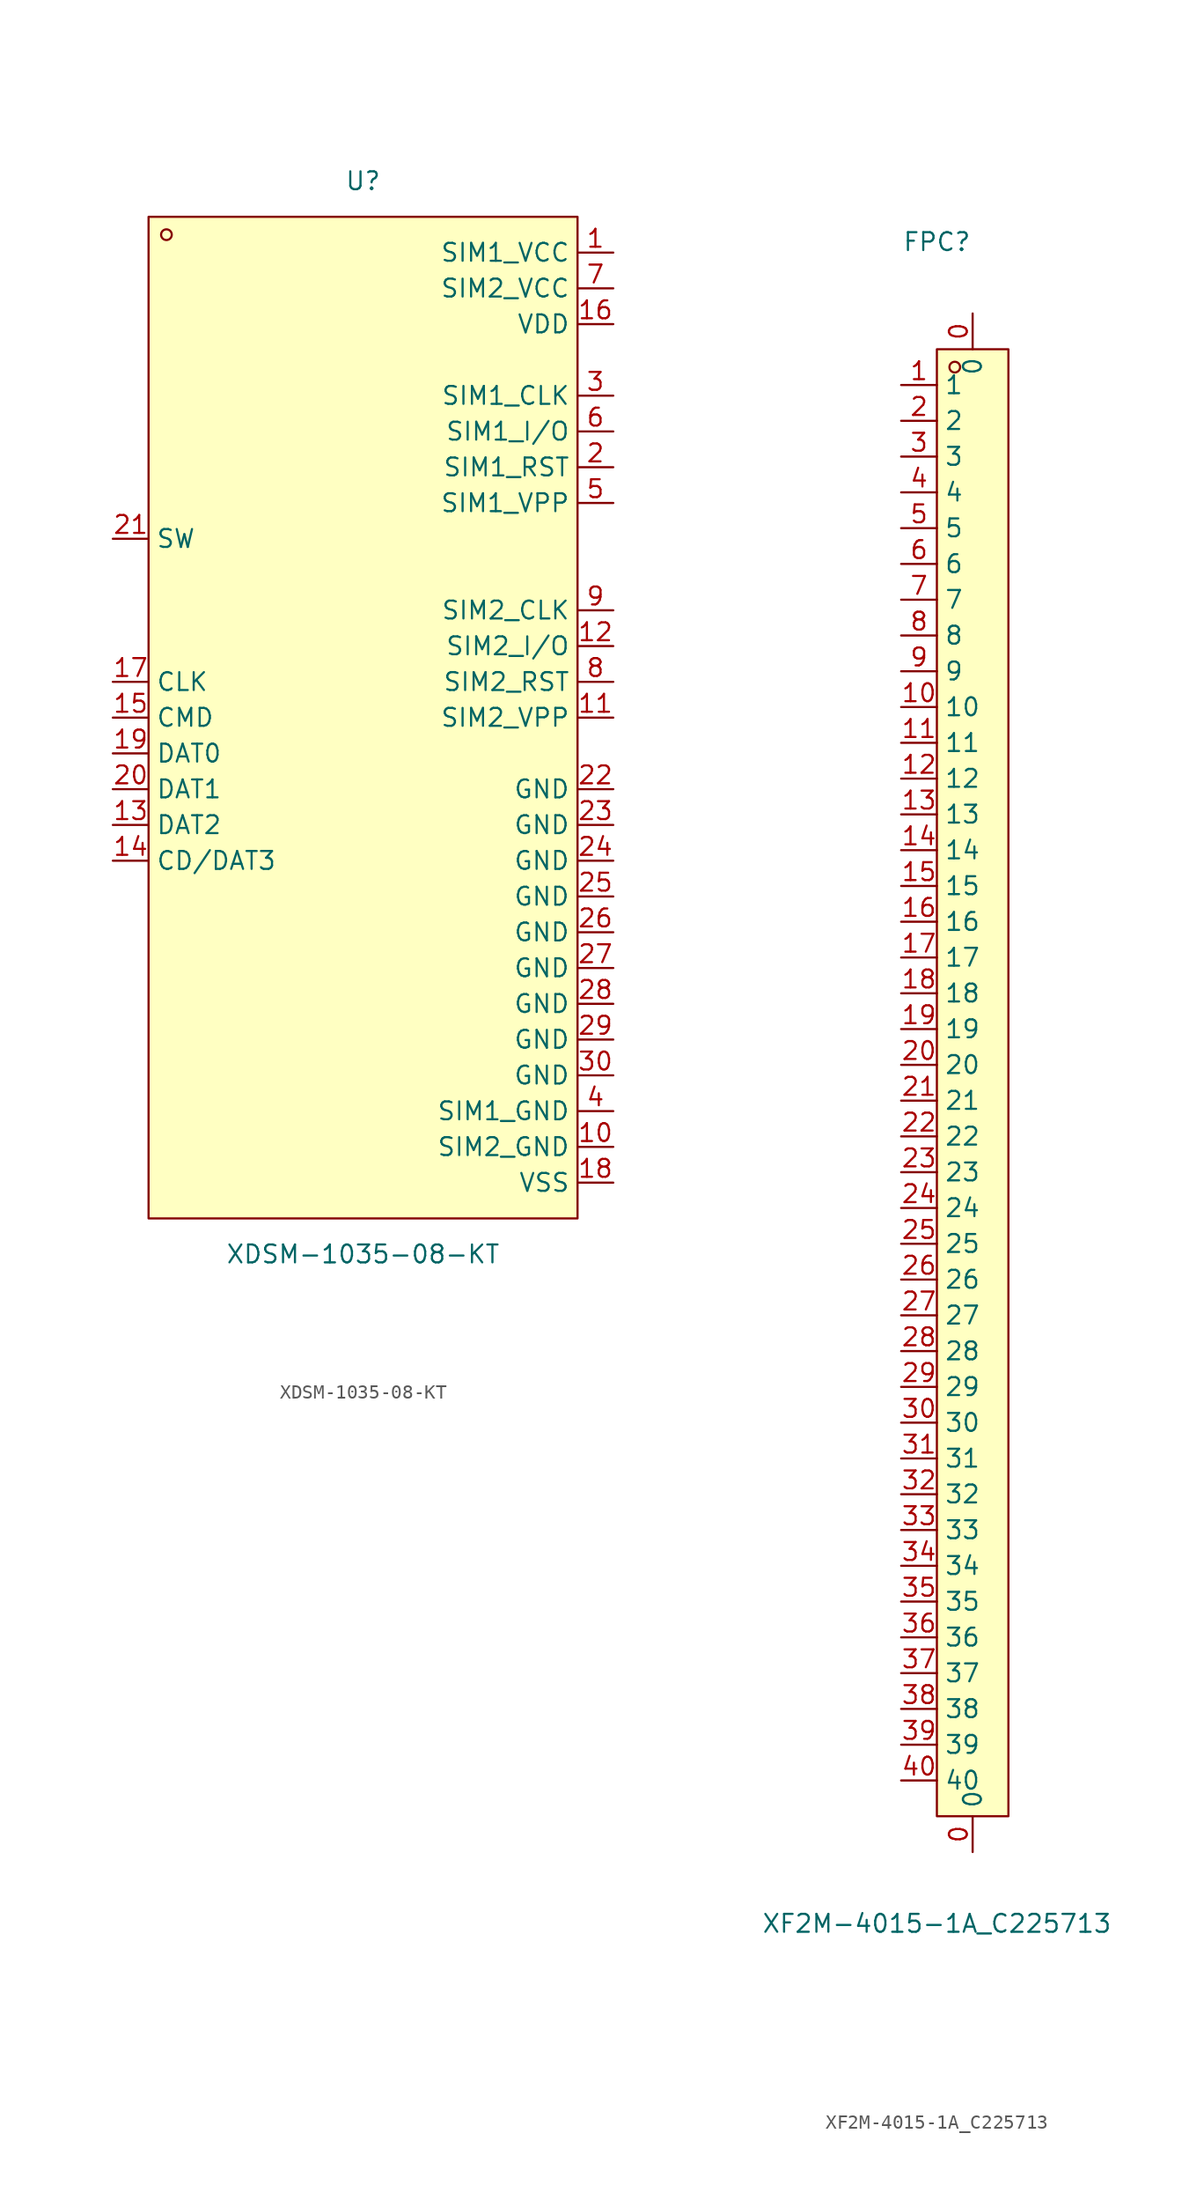
<source format=kicad_sym>
(kicad_symbol_lib
  (version 20231120)
  (generator "kicad_symbol_editor")
  (generator_version "8.0")
  (symbol "XDSM-1035-08-KT"
    (property "Reference" "U"
      (at 0 38.10 0)
      (effects (font (size 1.27 1.27))))
    (property "Value" "XDSM-1035-08-KT"
      (at 0 -38.10 0)
      (effects (font (size 1.27 1.27))))
    (symbol "XDSM-1035-08-KT_0_1"
      (rectangle (start -15.24 35.56) (end 15.24 -35.56) (stroke (width 0) (type default) (color 0 0 0 0)) (fill (type background)))
      (circle (center -13.97 34.29) (radius 0.38) (stroke (width 0) (type default) (color 0 0 0 0)) (fill (type none)))
      (pin unspecified line (at 17.78 33.02 180) (length 2.54) (name "SIM1_VCC" (effects (font (size 1.27 1.27)))) (number "1" (effects (font (size 1.27 1.27)))))
      (pin unspecified line (at 17.78 30.48 180) (length 2.54) (name "SIM2_VCC" (effects (font (size 1.27 1.27)))) (number "7" (effects (font (size 1.27 1.27)))))
      (pin unspecified line (at 17.78 27.94 180) (length 2.54) (name "VDD" (effects (font (size 1.27 1.27)))) (number "16" (effects (font (size 1.27 1.27)))))
      (pin unspecified line (at 17.78 22.86 180) (length 2.54) (name "SIM1_CLK" (effects (font (size 1.27 1.27)))) (number "3" (effects (font (size 1.27 1.27)))))
      (pin unspecified line (at 17.78 20.32 180) (length 2.54) (name "SIM1_I/O" (effects (font (size 1.27 1.27)))) (number "6" (effects (font (size 1.27 1.27)))))
      (pin unspecified line (at 17.78 17.78 180) (length 2.54) (name "SIM1_RST" (effects (font (size 1.27 1.27)))) (number "2" (effects (font (size 1.27 1.27)))))
      (pin unspecified line (at 17.78 15.24 180) (length 2.54) (name "SIM1_VPP" (effects (font (size 1.27 1.27)))) (number "5" (effects (font (size 1.27 1.27)))))
      (pin unspecified line (at 17.78 7.62 180) (length 2.54) (name "SIM2_CLK" (effects (font (size 1.27 1.27)))) (number "9" (effects (font (size 1.27 1.27)))))
      (pin unspecified line (at 17.78 5.08 180) (length 2.54) (name "SIM2_I/O" (effects (font (size 1.27 1.27)))) (number "12" (effects (font (size 1.27 1.27)))))
      (pin unspecified line (at 17.78 2.54 180) (length 2.54) (name "SIM2_RST" (effects (font (size 1.27 1.27)))) (number "8" (effects (font (size 1.27 1.27)))))
      (pin unspecified line (at 17.78 -0.00 180) (length 2.54) (name "SIM2_VPP" (effects (font (size 1.27 1.27)))) (number "11" (effects (font (size 1.27 1.27)))))
      (pin unspecified line (at 17.78 -5.08 180) (length 2.54) (name "GND" (effects (font (size 1.27 1.27)))) (number "22" (effects (font (size 1.27 1.27)))))
      (pin unspecified line (at 17.78 -7.62 180) (length 2.54) (name "GND" (effects (font (size 1.27 1.27)))) (number "23" (effects (font (size 1.27 1.27)))))
      (pin unspecified line (at 17.78 -10.16 180) (length 2.54) (name "GND" (effects (font (size 1.27 1.27)))) (number "24" (effects (font (size 1.27 1.27)))))
      (pin unspecified line (at 17.78 -12.70 180) (length 2.54) (name "GND" (effects (font (size 1.27 1.27)))) (number "25" (effects (font (size 1.27 1.27)))))
      (pin unspecified line (at 17.78 -15.24 180) (length 2.54) (name "GND" (effects (font (size 1.27 1.27)))) (number "26" (effects (font (size 1.27 1.27)))))
      (pin unspecified line (at 17.78 -17.78 180) (length 2.54) (name "GND" (effects (font (size 1.27 1.27)))) (number "27" (effects (font (size 1.27 1.27)))))
      (pin unspecified line (at 17.78 -20.32 180) (length 2.54) (name "GND" (effects (font (size 1.27 1.27)))) (number "28" (effects (font (size 1.27 1.27)))))
      (pin unspecified line (at 17.78 -22.86 180) (length 2.54) (name "GND" (effects (font (size 1.27 1.27)))) (number "29" (effects (font (size 1.27 1.27)))))
      (pin unspecified line (at 17.78 -25.40 180) (length 2.54) (name "GND" (effects (font (size 1.27 1.27)))) (number "30" (effects (font (size 1.27 1.27)))))
      (pin unspecified line (at 17.78 -27.94 180) (length 2.54) (name "SIM1_GND" (effects (font (size 1.27 1.27)))) (number "4" (effects (font (size 1.27 1.27)))))
      (pin unspecified line (at 17.78 -30.48 180) (length 2.54) (name "SIM2_GND" (effects (font (size 1.27 1.27)))) (number "10" (effects (font (size 1.27 1.27)))))
      (pin unspecified line (at 17.78 -33.02 180) (length 2.54) (name "VSS" (effects (font (size 1.27 1.27)))) (number "18" (effects (font (size 1.27 1.27)))))
      (pin unspecified line (at -17.78 -7.62 0) (length 2.54) (name "DAT2" (effects (font (size 1.27 1.27)))) (number "13" (effects (font (size 1.27 1.27)))))
      (pin unspecified line (at -17.78 -5.08 0) (length 2.54) (name "DAT1" (effects (font (size 1.27 1.27)))) (number "20" (effects (font (size 1.27 1.27)))))
      (pin unspecified line (at -17.78 -2.54 0) (length 2.54) (name "DAT0" (effects (font (size 1.27 1.27)))) (number "19" (effects (font (size 1.27 1.27)))))
      (pin unspecified line (at -17.78 -0.00 0) (length 2.54) (name "CMD" (effects (font (size 1.27 1.27)))) (number "15" (effects (font (size 1.27 1.27)))))
      (pin unspecified line (at -17.78 2.54 0) (length 2.54) (name "CLK" (effects (font (size 1.27 1.27)))) (number "17" (effects (font (size 1.27 1.27)))))
      (pin unspecified line (at -17.78 -10.16 0) (length 2.54) (name "CD/DAT3" (effects (font (size 1.27 1.27)))) (number "14" (effects (font (size 1.27 1.27)))))
      (pin unspecified line (at -17.78 12.70 0) (length 2.54) (name "SW" (effects (font (size 1.27 1.27)))) (number "21" (effects (font (size 1.27 1.27)))))))
  (symbol "XF2M-4015-1A_C225713"
    (property "Reference" "FPC"
      (at 0 58.42 0)
      (effects (font (size 1.27 1.27))))
    (property "Value" "XF2M-4015-1A_C225713"
      (at 0 -60.96 0)
      (effects (font (size 1.27 1.27))))
    (symbol "XF2M-4015-1A_C225713_0_1"
      (rectangle (start 0.00 50.80) (end 5.08 -53.34) (stroke (width 0) (type default) (color 0 0 0 0)) (fill (type background)))
      (circle (center 1.27 49.53) (radius 0.38) (stroke (width 0) (type default) (color 0 0 0 0)) (fill (type none)))
      (pin unspecified line (at -2.54 48.26 0) (length 2.54) (name "1" (effects (font (size 1.27 1.27)))) (number "1" (effects (font (size 1.27 1.27)))))
      (pin unspecified line (at -2.54 45.72 0) (length 2.54) (name "2" (effects (font (size 1.27 1.27)))) (number "2" (effects (font (size 1.27 1.27)))))
      (pin unspecified line (at -2.54 43.18 0) (length 2.54) (name "3" (effects (font (size 1.27 1.27)))) (number "3" (effects (font (size 1.27 1.27)))))
      (pin unspecified line (at -2.54 40.64 0) (length 2.54) (name "4" (effects (font (size 1.27 1.27)))) (number "4" (effects (font (size 1.27 1.27)))))
      (pin unspecified line (at -2.54 38.10 0) (length 2.54) (name "5" (effects (font (size 1.27 1.27)))) (number "5" (effects (font (size 1.27 1.27)))))
      (pin unspecified line (at -2.54 35.56 0) (length 2.54) (name "6" (effects (font (size 1.27 1.27)))) (number "6" (effects (font (size 1.27 1.27)))))
      (pin unspecified line (at -2.54 33.02 0) (length 2.54) (name "7" (effects (font (size 1.27 1.27)))) (number "7" (effects (font (size 1.27 1.27)))))
      (pin unspecified line (at -2.54 30.48 0) (length 2.54) (name "8" (effects (font (size 1.27 1.27)))) (number "8" (effects (font (size 1.27 1.27)))))
      (pin unspecified line (at -2.54 27.94 0) (length 2.54) (name "9" (effects (font (size 1.27 1.27)))) (number "9" (effects (font (size 1.27 1.27)))))
      (pin unspecified line (at -2.54 25.40 0) (length 2.54) (name "10" (effects (font (size 1.27 1.27)))) (number "10" (effects (font (size 1.27 1.27)))))
      (pin unspecified line (at -2.54 22.86 0) (length 2.54) (name "11" (effects (font (size 1.27 1.27)))) (number "11" (effects (font (size 1.27 1.27)))))
      (pin unspecified line (at -2.54 20.32 0) (length 2.54) (name "12" (effects (font (size 1.27 1.27)))) (number "12" (effects (font (size 1.27 1.27)))))
      (pin unspecified line (at -2.54 17.78 0) (length 2.54) (name "13" (effects (font (size 1.27 1.27)))) (number "13" (effects (font (size 1.27 1.27)))))
      (pin unspecified line (at -2.54 15.24 0) (length 2.54) (name "14" (effects (font (size 1.27 1.27)))) (number "14" (effects (font (size 1.27 1.27)))))
      (pin unspecified line (at -2.54 12.70 0) (length 2.54) (name "15" (effects (font (size 1.27 1.27)))) (number "15" (effects (font (size 1.27 1.27)))))
      (pin unspecified line (at -2.54 10.16 0) (length 2.54) (name "16" (effects (font (size 1.27 1.27)))) (number "16" (effects (font (size 1.27 1.27)))))
      (pin unspecified line (at -2.54 7.62 0) (length 2.54) (name "17" (effects (font (size 1.27 1.27)))) (number "17" (effects (font (size 1.27 1.27)))))
      (pin unspecified line (at -2.54 5.08 0) (length 2.54) (name "18" (effects (font (size 1.27 1.27)))) (number "18" (effects (font (size 1.27 1.27)))))
      (pin unspecified line (at -2.54 2.54 0) (length 2.54) (name "19" (effects (font (size 1.27 1.27)))) (number "19" (effects (font (size 1.27 1.27)))))
      (pin unspecified line (at -2.54 -0.00 0) (length 2.54) (name "20" (effects (font (size 1.27 1.27)))) (number "20" (effects (font (size 1.27 1.27)))))
      (pin unspecified line (at -2.54 -2.54 0) (length 2.54) (name "21" (effects (font (size 1.27 1.27)))) (number "21" (effects (font (size 1.27 1.27)))))
      (pin unspecified line (at -2.54 -5.08 0) (length 2.54) (name "22" (effects (font (size 1.27 1.27)))) (number "22" (effects (font (size 1.27 1.27)))))
      (pin unspecified line (at -2.54 -7.62 0) (length 2.54) (name "23" (effects (font (size 1.27 1.27)))) (number "23" (effects (font (size 1.27 1.27)))))
      (pin unspecified line (at -2.54 -10.16 0) (length 2.54) (name "24" (effects (font (size 1.27 1.27)))) (number "24" (effects (font (size 1.27 1.27)))))
      (pin unspecified line (at -2.54 -12.70 0) (length 2.54) (name "25" (effects (font (size 1.27 1.27)))) (number "25" (effects (font (size 1.27 1.27)))))
      (pin unspecified line (at -2.54 -15.24 0) (length 2.54) (name "26" (effects (font (size 1.27 1.27)))) (number "26" (effects (font (size 1.27 1.27)))))
      (pin unspecified line (at -2.54 -17.78 0) (length 2.54) (name "27" (effects (font (size 1.27 1.27)))) (number "27" (effects (font (size 1.27 1.27)))))
      (pin unspecified line (at -2.54 -20.32 0) (length 2.54) (name "28" (effects (font (size 1.27 1.27)))) (number "28" (effects (font (size 1.27 1.27)))))
      (pin unspecified line (at -2.54 -22.86 0) (length 2.54) (name "29" (effects (font (size 1.27 1.27)))) (number "29" (effects (font (size 1.27 1.27)))))
      (pin unspecified line (at -2.54 -25.40 0) (length 2.54) (name "30" (effects (font (size 1.27 1.27)))) (number "30" (effects (font (size 1.27 1.27)))))
      (pin unspecified line (at -2.54 -27.94 0) (length 2.54) (name "31" (effects (font (size 1.27 1.27)))) (number "31" (effects (font (size 1.27 1.27)))))
      (pin unspecified line (at -2.54 -30.48 0) (length 2.54) (name "32" (effects (font (size 1.27 1.27)))) (number "32" (effects (font (size 1.27 1.27)))))
      (pin unspecified line (at -2.54 -33.02 0) (length 2.54) (name "33" (effects (font (size 1.27 1.27)))) (number "33" (effects (font (size 1.27 1.27)))))
      (pin unspecified line (at -2.54 -35.56 0) (length 2.54) (name "34" (effects (font (size 1.27 1.27)))) (number "34" (effects (font (size 1.27 1.27)))))
      (pin unspecified line (at -2.54 -38.10 0) (length 2.54) (name "35" (effects (font (size 1.27 1.27)))) (number "35" (effects (font (size 1.27 1.27)))))
      (pin unspecified line (at -2.54 -40.64 0) (length 2.54) (name "36" (effects (font (size 1.27 1.27)))) (number "36" (effects (font (size 1.27 1.27)))))
      (pin unspecified line (at -2.54 -43.18 0) (length 2.54) (name "37" (effects (font (size 1.27 1.27)))) (number "37" (effects (font (size 1.27 1.27)))))
      (pin unspecified line (at -2.54 -45.72 0) (length 2.54) (name "38" (effects (font (size 1.27 1.27)))) (number "38" (effects (font (size 1.27 1.27)))))
      (pin unspecified line (at -2.54 -48.26 0) (length 2.54) (name "39" (effects (font (size 1.27 1.27)))) (number "39" (effects (font (size 1.27 1.27)))))
      (pin unspecified line (at -2.54 -50.80 0) (length 2.54) (name "40" (effects (font (size 1.27 1.27)))) (number "40" (effects (font (size 1.27 1.27)))))
      (pin unspecified line (at 2.54 53.34 270) (length 2.54) (name "0" (effects (font (size 1.27 1.27)))) (number "0" (effects (font (size 1.27 1.27)))))
      (pin unspecified line (at 2.54 -55.88 90) (length 2.54) (name "0" (effects (font (size 1.27 1.27)))) (number "0" (effects (font (size 1.27 1.27))))))))
</source>
